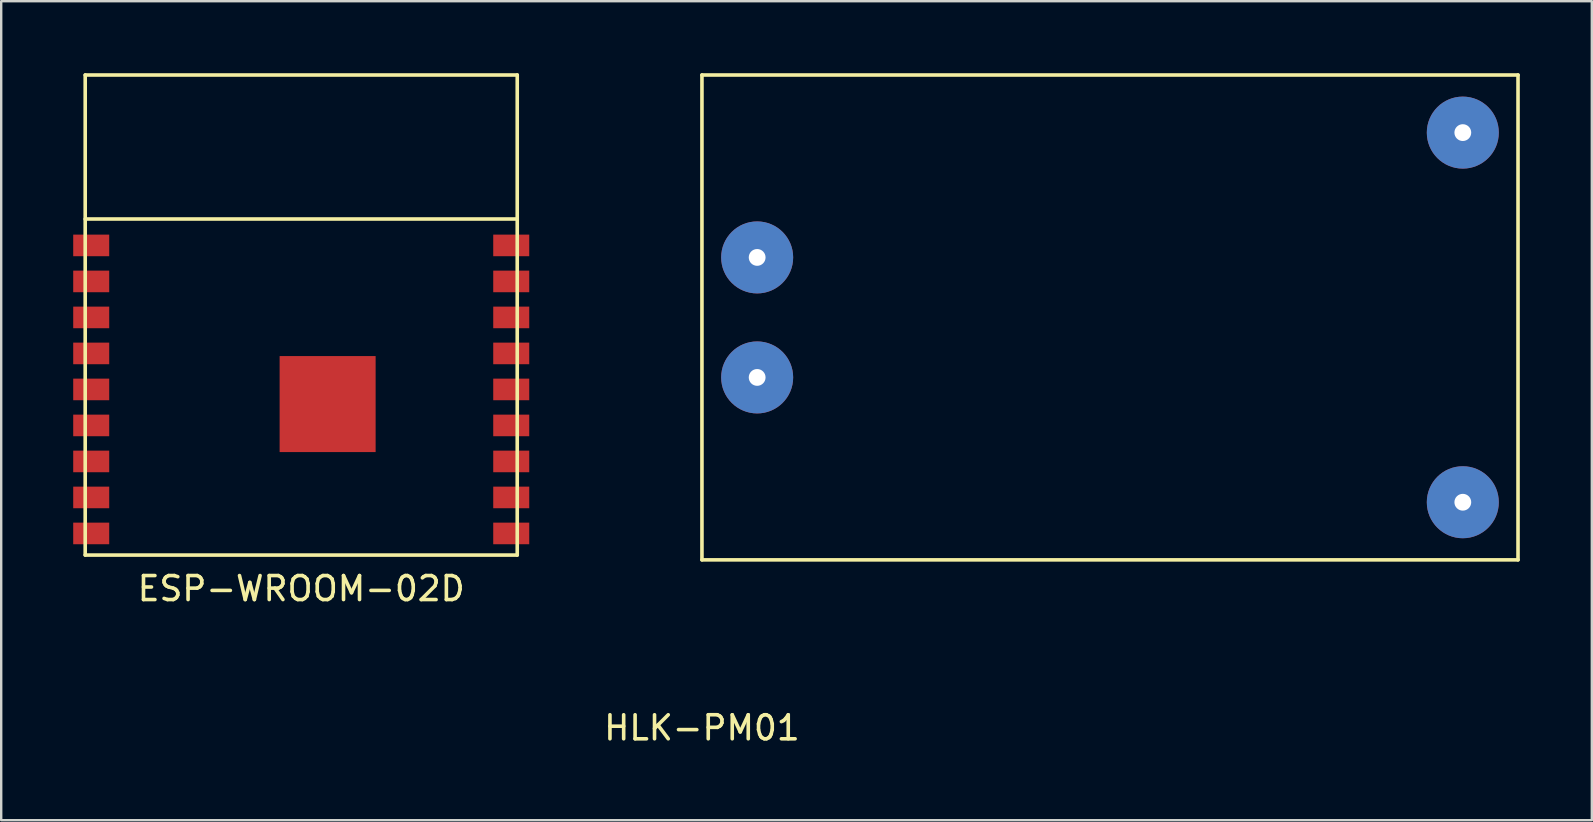
<source format=kicad_pcb>
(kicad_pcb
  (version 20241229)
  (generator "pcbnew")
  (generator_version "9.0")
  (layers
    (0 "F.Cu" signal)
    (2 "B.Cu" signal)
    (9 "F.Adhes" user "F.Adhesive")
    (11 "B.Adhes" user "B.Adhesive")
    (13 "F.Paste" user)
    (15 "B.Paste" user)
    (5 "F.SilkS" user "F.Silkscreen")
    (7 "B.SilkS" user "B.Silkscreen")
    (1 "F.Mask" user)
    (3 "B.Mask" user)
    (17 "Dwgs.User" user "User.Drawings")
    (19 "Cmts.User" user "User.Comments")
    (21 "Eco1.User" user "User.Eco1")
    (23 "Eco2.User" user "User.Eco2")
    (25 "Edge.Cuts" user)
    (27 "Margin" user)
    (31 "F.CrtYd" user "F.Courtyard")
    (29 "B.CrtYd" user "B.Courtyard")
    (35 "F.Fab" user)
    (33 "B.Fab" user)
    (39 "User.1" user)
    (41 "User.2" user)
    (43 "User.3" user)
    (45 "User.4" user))
  (footprint "ESP-WROOM-02D"
    (layer "F.Cu")
    (at 9.5 9.975)
    (property "Reference" "ESP-WROOM-02D" (at 0 11.5 0) (layer "F.SilkS") (effects (font (size 1 1) (thickness 0.15))))
    (attr through_hole)
    (fp_line (start -9 -9.9) (end 9 -9.9) (stroke (width 0.15) (type solid)) (layer "F.SilkS"))
    (fp_line (start -9 -3.9) (end 9 -3.9) (stroke (width 0.15) (type solid)) (layer "F.SilkS"))
    (fp_line (start -9 10.1) (end -9 -9.9) (stroke (width 0.15) (type solid)) (layer "F.SilkS"))
    (fp_line (start 9 -9.9) (end 9 10.1) (stroke (width 0.15) (type solid)) (layer "F.SilkS"))
    (fp_line (start 9 10.1) (end -9 10.1) (stroke (width 0.15) (type solid)) (layer "F.SilkS"))
    (pad "1" smd rect (at -8.75 -2.8) (size 1.5 0.9) (layers "F.Cu" "F.Mask" "F.Paste"))
    (pad "2" smd rect (at -8.75 -1.3) (size 1.5 0.9) (layers "F.Cu" "F.Mask" "F.Paste"))
    (pad "3" smd rect (at -8.75 0.2) (size 1.5 0.9) (layers "F.Cu" "F.Mask" "F.Paste"))
    (pad "4" smd rect (at -8.75 1.7) (size 1.5 0.9) (layers "F.Cu" "F.Mask" "F.Paste"))
    (pad "5" smd rect (at -8.75 3.2) (size 1.5 0.9) (layers "F.Cu" "F.Mask" "F.Paste"))
    (pad "6" smd rect (at -8.75 4.7) (size 1.5 0.9) (layers "F.Cu" "F.Mask" "F.Paste"))
    (pad "7" smd rect (at -8.75 6.2) (size 1.5 0.9) (layers "F.Cu" "F.Mask" "F.Paste"))
    (pad "8" smd rect (at -8.75 7.7) (size 1.5 0.9) (layers "F.Cu" "F.Mask" "F.Paste"))
    (pad "9" smd rect (at -8.75 9.2) (size 1.5 0.9) (layers "F.Cu" "F.Mask" "F.Paste"))
    (pad "10" smd rect (at 8.75 9.2) (size 1.5 0.9) (layers "F.Cu" "F.Mask" "F.Paste"))
    (pad "11" smd rect (at 8.75 7.7) (size 1.5 0.9) (layers "F.Cu" "F.Mask" "F.Paste"))
    (pad "12" smd rect (at 8.75 6.2) (size 1.5 0.9) (layers "F.Cu" "F.Mask" "F.Paste"))
    (pad "13" smd rect (at 8.75 4.7) (size 1.5 0.9) (layers "F.Cu" "F.Mask" "F.Paste"))
    (pad "14" smd rect (at 8.75 3.2) (size 1.5 0.9) (layers "F.Cu" "F.Mask" "F.Paste"))
    (pad "15" smd rect (at 8.75 1.7) (size 1.5 0.9) (layers "F.Cu" "F.Mask" "F.Paste"))
    (pad "16" smd rect (at 8.75 0.2) (size 1.5 0.9) (layers "F.Cu" "F.Mask" "F.Paste"))
    (pad "17" smd rect (at 8.75 -1.3) (size 1.5 0.9) (layers "F.Cu" "F.Mask" "F.Paste"))
    (pad "18" smd rect (at 8.75 -2.8) (size 1.5 0.9) (layers "F.Cu" "F.Mask" "F.Paste"))
    (pad "19" smd rect (at 1.1 3.81) (size 4 4) (layers "F.Cu" "F.Mask" "F.Paste")))
  (footprint "HLK-PM01"
    (layer "F.Cu")
    (at 26.196 20.275)
    (property "Reference" "HLK-PM01" (at 0 7 0) (layer "F.SilkS") (effects (font (size 1 1) (thickness 0.15))))
    (attr through_hole)
    (fp_line (start 0 -20.2) (end 34 -20.2) (stroke (width 0.15) (type solid)) (layer "F.SilkS"))
    (fp_line (start 0 0) (end 0 -20.2) (stroke (width 0.15) (type solid)) (layer "F.SilkS"))
    (fp_line (start 34 -20.2) (end 34 0) (stroke (width 0.15) (type solid)) (layer "F.SilkS"))
    (fp_line (start 34 0) (end 0 0) (stroke (width 0.15) (type solid)) (layer "F.SilkS"))
    (pad "1" thru_hole circle (at 2.3 -12.6) (size 3 3) (drill 0.7) (layers "*.Cu" "*.Mask"))
    (pad "2" thru_hole circle (at 2.3 -7.6) (size 3 3) (drill 0.7) (layers "*.Cu" "*.Mask"))
    (pad "3" thru_hole circle (at 31.7 -2.4) (size 3 3) (drill 0.7) (layers "*.Cu" "*.Mask"))
    (pad "4" thru_hole circle (at 31.7 -17.8) (size 3 3) (drill 0.7) (layers "*.Cu" "*.Mask")))
  (gr_rect
    (start -3 -3)
    (end 63.271 31.123)
    (stroke (width 0.1) (type default))
    (fill no)
    (layer "Edge.Cuts")))
</source>
